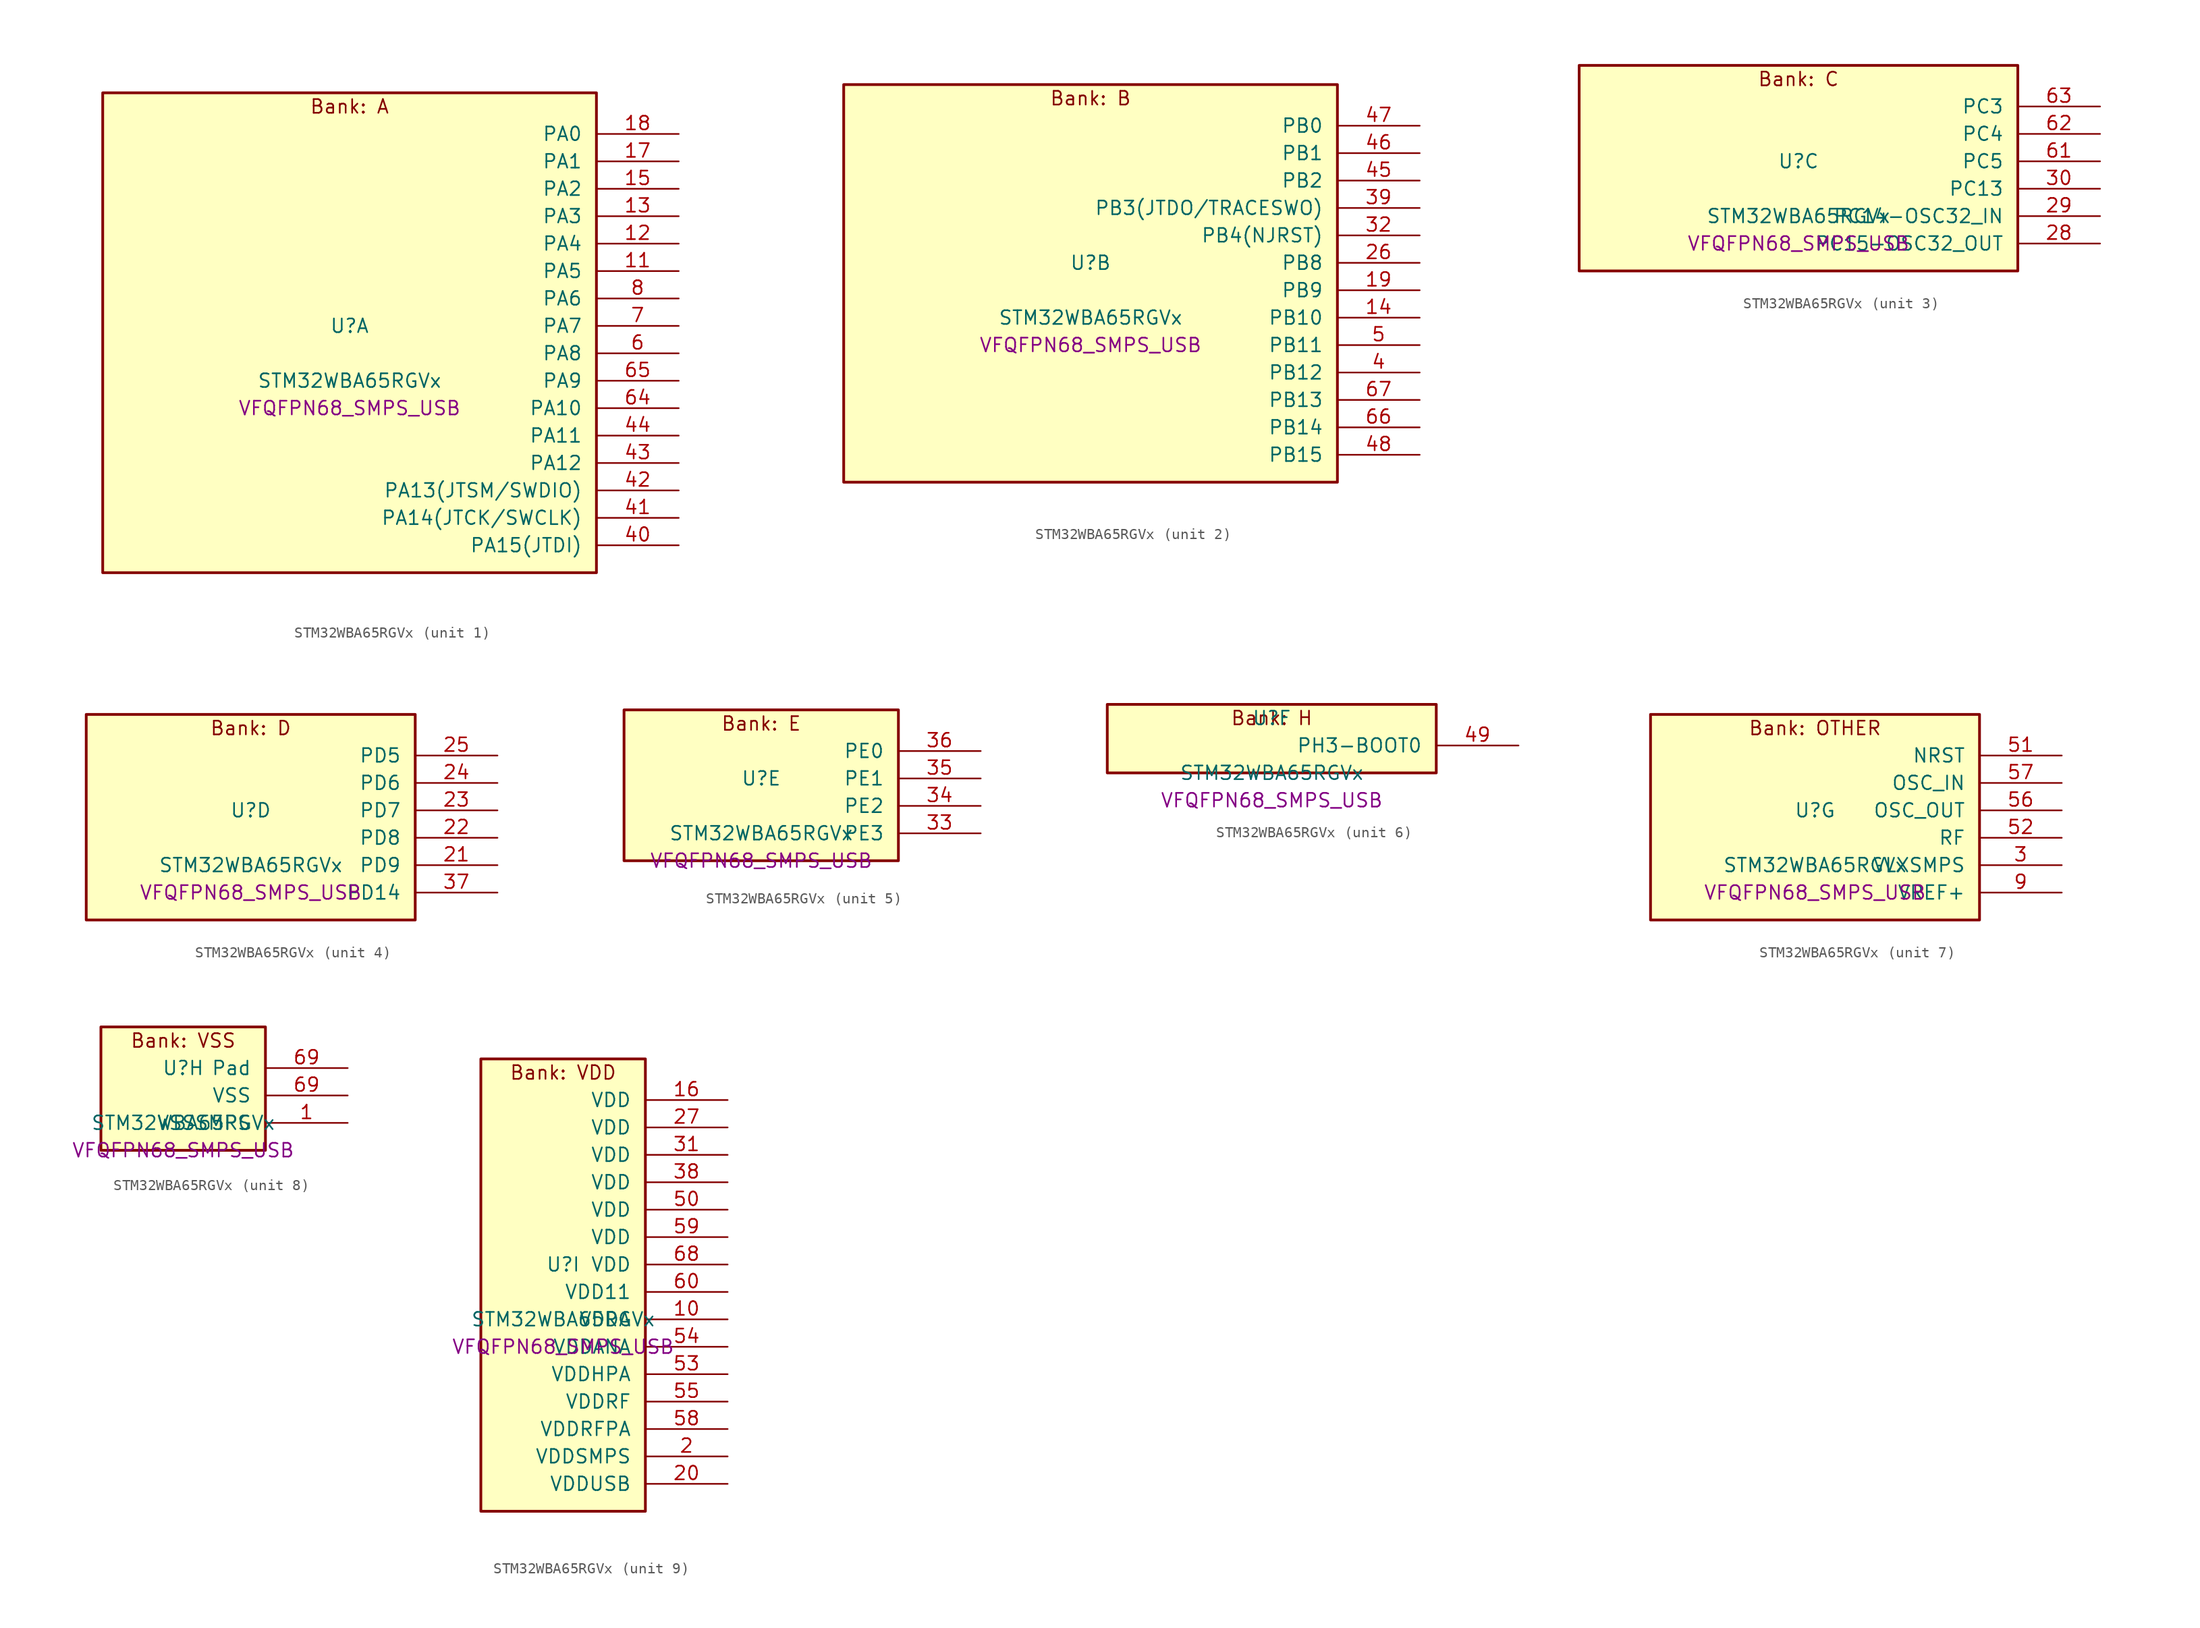
<source format=kicad_sym>
(kicad_symbol_lib
  (version 20241209)
  (generator "stm32_pkl_generator")
  (generator_version "1.0")
  (symbol "STM32WBA65RGVx"
    (pin_names
      (offset 1.27))
    (property "Reference" "U"
      (at 0 2.54 0))
    (property "Value" "STM32WBA65RGVx"
      (at 0 -2.54 0))
    (property "Footprint" "VFQFPN68_SMPS_USB"
      (at 0 -5.08 0))
    (symbol "STM32WBA65RGVx_1_1"
      (rectangle (start -22.86 24.13) (end 22.86 -20.32) (stroke (width 0.254) (type solid)) (fill (type background)))
      (text "Bank: A" (at 0 22.86 0))
      (pin bidirectional line (at 30.48 20.32 180) (length 7.62) (name "PA0") (number "18") (alternate "PA0/ADC4_IN9" bidirectional line) (alternate "PA0/COMP2_INP" bidirectional line) (alternate "PA0/LPTIM1_IN1" bidirectional line) (alternate "PA0/LPUART1_CTS" bidirectional line) (alternate "PA0/PWR_WKUP1" bidirectional line) (alternate "PA0/SPI3_SCK" bidirectional line) (alternate "PA0/TIM1_CH2N" bidirectional line) (alternate "PA0/TIM3_CH3" bidirectional line) (alternate "PA0/TIM3_ETR" bidirectional line) (alternate "PA0/TSC_G2_IO2" bidirectional line))
      (pin bidirectional line (at 30.48 17.78 180) (length 7.62) (name "PA1") (number "17") (alternate "PA1/ADC4_IN8" bidirectional line) (alternate "PA1/COMP1_INM" bidirectional line) (alternate "PA1/LPTIM2_CH2" bidirectional line) (alternate "PA1/LPUART1_RX" bidirectional line) (alternate "PA1/PWR_WKUP3" bidirectional line) (alternate "PA1/SAI1_CK1" bidirectional line) (alternate "PA1/SPI1_RDY" bidirectional line) (alternate "PA1/SPI3_MISO" bidirectional line) (alternate "PA1/TIM17_CH1" bidirectional line) (alternate "PA1/TIM1_CH1N" bidirectional line) (alternate "PA1/TIM3_CH2" bidirectional line) (alternate "PA1/TSC_G2_IO1" bidirectional line) (alternate "PA1/USART1_CK" bidirectional line))
      (pin bidirectional line (at 30.48 15.24 180) (length 7.62) (name "PA2") (number "15") (alternate "PA2/ADC4_IN7" bidirectional line) (alternate "PA2/COMP1_INP" bidirectional line) (alternate "PA2/LPUART1_TX" bidirectional line) (alternate "PA2/PWR_WKUP4" bidirectional line) (alternate "PA2/RCC_LSCO" bidirectional line) (alternate "PA2/SAI1_D1" bidirectional line) (alternate "PA2/TIM16_CH1" bidirectional line) (alternate "PA2/TIM1_BKIN" bidirectional line) (alternate "PA2/TIM3_CH1" bidirectional line) (alternate "PA2/TSC_G4_IO4" bidirectional line) (alternate "PA2/USART1_DE" bidirectional line) (alternate "PA2/USART1_RTS" bidirectional line))
      (pin bidirectional line (at 30.48 12.7 180) (length 7.62) (name "PA3") (number "13") (alternate "PA3/ADC4_IN6" bidirectional line) (alternate "PA3/PWR_WKUP5" bidirectional line) (alternate "PA3/TIM16_CH1N" bidirectional line) (alternate "PA3/TSC_G4_IO2" bidirectional line) (alternate "PA3/USART1_DE" bidirectional line) (alternate "PA3/USART1_RTS" bidirectional line))
      (pin bidirectional line (at 30.48 10.16 180) (length 7.62) (name "PA4") (number "12") (alternate "PA4/ADC4_IN5" bidirectional line) (alternate "PA4/AUDIOCLK" bidirectional line) (alternate "PA4/PWR_WKUP2" bidirectional line) (alternate "PA4/TAMP_IN6" bidirectional line) (alternate "PA4/TAMP_OUT3" bidirectional line) (alternate "PA4/TIM16_CH1" bidirectional line) (alternate "PA4/TSC_G4_IO1" bidirectional line) (alternate "PA4/USART1_CTS" bidirectional line))
      (pin bidirectional line (at 30.48 7.62 180) (length 7.62) (name "PA5") (number "11") (alternate "PA5/ADC4_IN4" bidirectional line) (alternate "PA5/AUDIOCLK" bidirectional line) (alternate "PA5/LPTIM2_ETR" bidirectional line) (alternate "PA5/PWR_CSLEEP" bidirectional line) (alternate "PA5/PWR_WKUP6" bidirectional line) (alternate "PA5/SAI1_D2" bidirectional line) (alternate "PA5/SPI3_NSS" bidirectional line) (alternate "PA5/TIM2_CH1" bidirectional line) (alternate "PA5/TIM2_ETR" bidirectional line) (alternate "PA5/TSC_G1_IO4" bidirectional line) (alternate "PA5/USART1_CK" bidirectional line) (alternate "PA5/USART3_RX" bidirectional line))
      (pin bidirectional line (at 30.48 5.08 180) (length 7.62) (name "PA6") (number "8") (alternate "PA6/ADC4_IN3" bidirectional line) (alternate "PA6/I2C3_SCL" bidirectional line) (alternate "PA6/PWR_CSTOP" bidirectional line) (alternate "PA6/PWR_WKUP7" bidirectional line) (alternate "PA6/SAI1_CK2" bidirectional line) (alternate "PA6/SAI1_MCLK_A" bidirectional line) (alternate "PA6/SPI3_RDY" bidirectional line) (alternate "PA6/TIM2_CH4" bidirectional line) (alternate "PA6/TSC_G1_IO3" bidirectional line) (alternate "PA6/USART1_DE" bidirectional line) (alternate "PA6/USART1_RTS" bidirectional line) (alternate "PA6/USART3_CTS" bidirectional line))
      (pin bidirectional line (at 30.48 2.54 180) (length 7.62) (name "PA7") (number "7") (alternate "PA7/ADC4_IN2" bidirectional line) (alternate "PA7/COMP1_OUT" bidirectional line) (alternate "PA7/I2C3_SDA" bidirectional line) (alternate "PA7/PWR_WKUP8" bidirectional line) (alternate "PA7/SAI1_SCK_A" bidirectional line) (alternate "PA7/SPI3_SCK" bidirectional line) (alternate "PA7/TAMP_IN1" bidirectional line) (alternate "PA7/TAMP_OUT2" bidirectional line) (alternate "PA7/TIM2_CH3" bidirectional line) (alternate "PA7/TSC_G1_IO2" bidirectional line) (alternate "PA7/USART1_CTS" bidirectional line) (alternate "PA7/USART3_TX" bidirectional line))
      (pin bidirectional line (at 30.48 0 180) (length 7.62) (name "PA8") (number "6") (alternate "PA8/ADC4_IN1" bidirectional line) (alternate "PA8/LPTIM1_CH2" bidirectional line) (alternate "PA8/RCC_MCO" bidirectional line) (alternate "PA8/SAI1_FS_A" bidirectional line) (alternate "PA8/SPI3_RDY" bidirectional line) (alternate "PA8/TIM2_CH2" bidirectional line) (alternate "PA8/TSC_G1_IO1" bidirectional line) (alternate "PA8/USART1_RX" bidirectional line) (alternate "PA8/USB_OTG_HS_SOF" bidirectional line))
      (pin bidirectional line (at 30.48 -2.54 180) (length 7.62) (name "PA9") (number "65") (alternate "PA9/LPUART1_DE" bidirectional line) (alternate "PA9/LPUART1_RTS" bidirectional line) (alternate "PA9/SAI1_CK1" bidirectional line) (alternate "PA9/SPI2_MISO" bidirectional line) (alternate "PA9/SPI2_SCK" bidirectional line) (alternate "PA9/TIM3_CH2" bidirectional line))
      (pin bidirectional line (at 30.48 -5.08 180) (length 7.62) (name "PA10") (number "64") (alternate "PA10/LPUART1_RX" bidirectional line) (alternate "PA10/SAI1_D1" bidirectional line) (alternate "PA10/SPI2_NSS" bidirectional line) (alternate "PA10/TIM3_CH1" bidirectional line))
      (pin bidirectional line (at 30.48 -7.62 180) (length 7.62) (name "PA11") (number "44") (alternate "PA11/LPTIM2_CH1" bidirectional line) (alternate "PA11/RF_ANTSW1" bidirectional line) (alternate "PA11/TIM1_CH1" bidirectional line) (alternate "PA11/USART2_RX" bidirectional line))
      (pin bidirectional line (at 30.48 -10.16 180) (length 7.62) (name "PA12") (number "43") (alternate "PA12/COMP2_OUT" bidirectional line) (alternate "PA12/PTA_STATUS" bidirectional line) (alternate "PA12/PWR_WKUP6" bidirectional line) (alternate "PA12/RF_ANTSW0" bidirectional line) (alternate "PA12/SPI1_NSS" bidirectional line) (alternate "PA12/TIM1_CH2" bidirectional line) (alternate "PA12/TSC_G3_IO4" bidirectional line) (alternate "PA12/USART2_TX" bidirectional line))
      (pin bidirectional line (at 30.48 -12.7 180) (length 7.62) (name "PA13(JTSM/SWDIO)") (number "42") (alternate "PA13(JTSM/SWDIO)/DEBUG_JTMS-SWDIO" bidirectional line) (alternate "PA13(JTSM/SWDIO)/IR_OUT" bidirectional line) (alternate "PA13(JTSM/SWDIO)/PTA_PRIORITY" bidirectional line))
      (pin bidirectional line (at 30.48 -15.24 180) (length 7.62) (name "PA14(JTCK/SWCLK)") (number "41") (alternate "PA14(JTCK/SWCLK)/COMP2_OUT" bidirectional line) (alternate "PA14(JTCK/SWCLK)/DEBUG_JTCK-SWCLK" bidirectional line) (alternate "PA14(JTCK/SWCLK)/I2C4_SMBA" bidirectional line) (alternate "PA14(JTCK/SWCLK)/PTA_STATUS" bidirectional line) (alternate "PA14(JTCK/SWCLK)/TAMP_IN3" bidirectional line) (alternate "PA14(JTCK/SWCLK)/TAMP_OUT6" bidirectional line) (alternate "PA14(JTCK/SWCLK)/USART2_TX" bidirectional line) (alternate "PA14(JTCK/SWCLK)/USB_OTG_HS_SOF" bidirectional line))
      (pin bidirectional line (at 30.48 -17.78 180) (length 7.62) (name "PA15(JTDI)") (number "40") (alternate "PA15(JTDI)/ADC4_EXTI15" bidirectional line) (alternate "PA15(JTDI)/DEBUG_JTDI" bidirectional line) (alternate "PA15(JTDI)/I2C1_SCL" bidirectional line) (alternate "PA15(JTDI)/LPTIM1_CH2" bidirectional line) (alternate "PA15(JTDI)/PTA_STATUS" bidirectional line) (alternate "PA15(JTDI)/SPI1_MOSI" bidirectional line) (alternate "PA15(JTDI)/TIM17_BKIN" bidirectional line) (alternate "PA15(JTDI)/TIM1_ETR" bidirectional line) (alternate "PA15(JTDI)/TSC_G3_IO3" bidirectional line) (alternate "PA15(JTDI)/USART2_DE" bidirectional line) (alternate "PA15(JTDI)/USART2_RTS" bidirectional line) (alternate "PA15(JTDI)/USART3_DE" bidirectional line) (alternate "PA15(JTDI)/USART3_RTS" bidirectional line)))
    (symbol "STM32WBA65RGVx_2_1"
      (rectangle (start -22.86 19.05) (end 22.86 -17.78) (stroke (width 0.254) (type solid)) (fill (type background)))
      (text "Bank: B" (at 0 17.78 0))
      (pin bidirectional line (at 30.48 15.24 180) (length 7.62) (name "PB0") (number "47") (alternate "PB0/LPTIM2_IN2" bidirectional line) (alternate "PB0/SPI2_MOSI" bidirectional line) (alternate "PB0/TIM1_CH3N" bidirectional line) (alternate "PB0/USART2_TX" bidirectional line) (alternate "PB0/USART3_CK" bidirectional line))
      (pin bidirectional line (at 30.48 12.7 180) (length 7.62) (name "PB1") (number "46") (alternate "PB1/I2C1_SDA" bidirectional line) (alternate "PB1/I2C3_SDA" bidirectional line) (alternate "PB1/PWR_WKUP4" bidirectional line) (alternate "PB1/TIM1_CH2N" bidirectional line) (alternate "PB1/USART2_DE" bidirectional line) (alternate "PB1/USART2_RTS" bidirectional line) (alternate "PB1/USART3_DE" bidirectional line) (alternate "PB1/USART3_RTS" bidirectional line))
      (pin bidirectional line (at 30.48 10.16 180) (length 7.62) (name "PB2") (number "45") (alternate "PB2/I2C1_SCL" bidirectional line) (alternate "PB2/I2C3_SCL" bidirectional line) (alternate "PB2/PWR_WKUP1" bidirectional line) (alternate "PB2/RF_ANTSW2" bidirectional line) (alternate "PB2/RTC_OUT2" bidirectional line) (alternate "PB2/TIM1_CH1N" bidirectional line) (alternate "PB2/USART2_CTS" bidirectional line))
      (pin bidirectional line (at 30.48 7.62 180) (length 7.62) (name "PB3(JTDO/TRACESWO)") (number "39") (alternate "PB3(JTDO/TRACESWO)/DEBUG_JTDO-SWO" bidirectional line) (alternate "PB3(JTDO/TRACESWO)/I2C1_SDA" bidirectional line) (alternate "PB3(JTDO/TRACESWO)/LPTIM1_IN2" bidirectional line) (alternate "PB3(JTDO/TRACESWO)/PTA_ACTIVE" bidirectional line) (alternate "PB3(JTDO/TRACESWO)/SPI1_MISO" bidirectional line) (alternate "PB3(JTDO/TRACESWO)/TIM17_CH1N" bidirectional line) (alternate "PB3(JTDO/TRACESWO)/TIM1_CH4" bidirectional line) (alternate "PB3(JTDO/TRACESWO)/TSC_G3_IO2" bidirectional line) (alternate "PB3(JTDO/TRACESWO)/USART2_CK" bidirectional line))
      (pin bidirectional line (at 30.48 5.08 180) (length 7.62) (name "PB4(NJRST)") (number "32") (alternate "PB4(NJRST)/DEBUG_NJTRST" bidirectional line) (alternate "PB4(NJRST)/LPTIM2_IN2" bidirectional line) (alternate "PB4(NJRST)/PTA_ACTIVE" bidirectional line) (alternate "PB4(NJRST)/PTA_PRIORITY" bidirectional line) (alternate "PB4(NJRST)/SAI1_MCLK_B" bidirectional line) (alternate "PB4(NJRST)/SPI1_SCK" bidirectional line) (alternate "PB4(NJRST)/TIM17_CH1" bidirectional line) (alternate "PB4(NJRST)/TIM1_CH3" bidirectional line) (alternate "PB4(NJRST)/TSC_G3_IO1" bidirectional line) (alternate "PB4(NJRST)/USART2_RX" bidirectional line))
      (pin bidirectional line (at 30.48 2.54 180) (length 7.62) (name "PB8") (number "26") (alternate "PB8/COMP1_OUT" bidirectional line) (alternate "PB8/LPTIM1_ETR" bidirectional line) (alternate "PB8/PWR_PVD_IN" bidirectional line) (alternate "PB8/SPI3_MOSI" bidirectional line) (alternate "PB8/TIM16_CH1N" bidirectional line) (alternate "PB8/TIM1_CH1" bidirectional line) (alternate "PB8/TIM3_ETR" bidirectional line) (alternate "PB8/TIM4_CH3" bidirectional line) (alternate "PB8/TSC_G2_IO4" bidirectional line) (alternate "PB8/USART2_RX" bidirectional line))
      (pin bidirectional line (at 30.48 0 180) (length 7.62) (name "PB9") (number "19") (alternate "PB9/ADC4_IN10" bidirectional line) (alternate "PB9/COMP2_INM" bidirectional line) (alternate "PB9/IR_OUT" bidirectional line) (alternate "PB9/LPTIM2_IN1" bidirectional line) (alternate "PB9/LPUART1_DE" bidirectional line) (alternate "PB9/LPUART1_RTS" bidirectional line) (alternate "PB9/PWR_WKUP8" bidirectional line) (alternate "PB9/SPI2_NSS" bidirectional line) (alternate "PB9/SPI3_MISO" bidirectional line) (alternate "PB9/TIM16_CH1" bidirectional line) (alternate "PB9/TIM1_CH3N" bidirectional line) (alternate "PB9/TIM3_CH4" bidirectional line) (alternate "PB9/TIM4_CH4" bidirectional line) (alternate "PB9/TSC_G2_IO3" bidirectional line))
      (pin bidirectional line (at 30.48 -2.54 180) (length 7.62) (name "PB10") (number "14") (alternate "PB10/I2C2_SCL" bidirectional line) (alternate "PB10/I2C4_SCL" bidirectional line) (alternate "PB10/SPI2_SCK" bidirectional line) (alternate "PB10/TIM16_BKIN" bidirectional line) (alternate "PB10/TSC_G4_IO3" bidirectional line) (alternate "PB10/USART1_CK" bidirectional line) (alternate "PB10/USART3_TX" bidirectional line))
      (pin bidirectional line (at 30.48 -5.08 180) (length 7.62) (name "PB11") (number "5") (alternate "PB11/I2C2_SDA" bidirectional line) (alternate "PB11/I2C4_SDA" bidirectional line) (alternate "PB11/LPTIM1_CH1" bidirectional line) (alternate "PB11/LPTIM1_ETR" bidirectional line) (alternate "PB11/LPUART1_TX" bidirectional line) (alternate "PB11/SPI2_RDY" bidirectional line) (alternate "PB11/USART3_RX" bidirectional line))
      (pin bidirectional line (at 30.48 -7.62 180) (length 7.62) (name "PB12") (number "4") (alternate "PB12/I2C2_SMBA" bidirectional line) (alternate "PB12/SAI1_SD_A" bidirectional line) (alternate "PB12/SPI1_RDY" bidirectional line) (alternate "PB12/SPI2_NSS" bidirectional line) (alternate "PB12/TIM2_CH1" bidirectional line) (alternate "PB12/TIM2_ETR" bidirectional line) (alternate "PB12/TIM3_ETR" bidirectional line) (alternate "PB12/TSC_SYNC" bidirectional line) (alternate "PB12/USART1_TX" bidirectional line) (alternate "PB12/USART3_CK" bidirectional line))
      (pin bidirectional line (at 30.48 -10.16 180) (length 7.62) (name "PB13") (number "67") (alternate "PB13/I2C2_SCL" bidirectional line) (alternate "PB13/SPI2_SCK" bidirectional line) (alternate "PB13/TIM3_CH4" bidirectional line) (alternate "PB13/TSC_G6_IO2" bidirectional line) (alternate "PB13/USART3_CTS" bidirectional line))
      (pin bidirectional line (at 30.48 -12.7 180) (length 7.62) (name "PB14") (number "66") (alternate "PB14/I2C2_SDA" bidirectional line) (alternate "PB14/PWR_WKUP7" bidirectional line) (alternate "PB14/RTC_REFIN" bidirectional line) (alternate "PB14/SAI1_SD_A" bidirectional line) (alternate "PB14/SPI2_MISO" bidirectional line) (alternate "PB14/TIM3_CH3" bidirectional line) (alternate "PB14/TSC_G6_IO1" bidirectional line) (alternate "PB14/USART1_TX" bidirectional line) (alternate "PB14/USART3_DE" bidirectional line) (alternate "PB14/USART3_RTS" bidirectional line))
      (pin bidirectional line (at 30.48 -15.24 180) (length 7.62) (name "PB15") (number "48") (alternate "PB15/ADC4_EXTI15" bidirectional line) (alternate "PB15/I2C1_SMBA" bidirectional line) (alternate "PB15/I2C3_SMBA" bidirectional line) (alternate "PB15/LPUART1_CTS" bidirectional line) (alternate "PB15/PTA_GRANT" bidirectional line) (alternate "PB15/RF_EXTPABYP" bidirectional line) (alternate "PB15/TIM16_BKIN" bidirectional line) (alternate "PB15/TIM1_BKIN2" bidirectional line) (alternate "PB15/USART2_CTS" bidirectional line)))
    (symbol "STM32WBA65RGVx_3_1"
      (rectangle (start -20.32 11.43) (end 20.32 -7.62) (stroke (width 0.254) (type solid)) (fill (type background)))
      (text "Bank: C" (at 0 10.16 0))
      (pin bidirectional line (at 27.94 7.62 180) (length 7.62) (name "PC3") (number "63") (alternate "PC3/LPTIM1_ETR" bidirectional line) (alternate "PC3/LPTIM2_ETR" bidirectional line) (alternate "PC3/SAI1_D1" bidirectional line) (alternate "PC3/SAI1_SD_A" bidirectional line) (alternate "PC3/SPI2_MOSI" bidirectional line) (alternate "PC3/SPI3_MOSI" bidirectional line) (alternate "PC3/TIM3_CH1" bidirectional line))
      (pin bidirectional line (at 27.94 5.08 180) (length 7.62) (name "PC4") (number "62") (alternate "PC4/LPTIM2_CH2" bidirectional line) (alternate "PC4/SAI1_D2" bidirectional line) (alternate "PC4/SAI1_FS_A" bidirectional line) (alternate "PC4/SPI3_MISO" bidirectional line) (alternate "PC4/TIM3_CH2" bidirectional line) (alternate "PC4/USART3_TX" bidirectional line))
      (pin bidirectional line (at 27.94 2.54 180) (length 7.62) (name "PC5") (number "61") (alternate "PC5/SAI1_D3" bidirectional line) (alternate "PC5/SAI1_SD_B" bidirectional line) (alternate "PC5/TIM1_CH4N" bidirectional line) (alternate "PC5/USART3_RX" bidirectional line))
      (pin bidirectional line (at 27.94 0 180) (length 7.62) (name "PC13") (number "30") (alternate "PC13/PWR_WKUP2" bidirectional line) (alternate "PC13/RTC_OUT1" bidirectional line) (alternate "PC13/RTC_TS" bidirectional line) (alternate "PC13/TAMP_IN4" bidirectional line) (alternate "PC13/TAMP_OUT5" bidirectional line) (alternate "PC13/TIM1_BKIN2" bidirectional line) (alternate "PC13/TSC_G5_IO1" bidirectional line))
      (pin bidirectional line (at 27.94 -2.54 180) (length 7.62) (name "PC14-OSC32_IN") (number "29") (alternate "PC14-OSC32_IN/RCC_OSC32_IN" bidirectional line))
      (pin bidirectional line (at 27.94 -5.08 180) (length 7.62) (name "PC15-OSC32_OUT") (number "28") (alternate "PC15-OSC32_OUT/ADC4_EXTI15" bidirectional line) (alternate "PC15-OSC32_OUT/RCC_OSC32_OUT" bidirectional line)))
    (symbol "STM32WBA65RGVx_4_1"
      (rectangle (start -15.24 11.43) (end 15.24 -7.62) (stroke (width 0.254) (type solid)) (fill (type background)))
      (text "Bank: D" (at 0 10.16 0))
      (pin bidirectional line (at 22.86 7.62 180) (length 7.62) (name "PD5") (number "25") (alternate "PD5/SAI1_D1" bidirectional line) (alternate "PD5/SAI1_SD_A" bidirectional line) (alternate "PD5/SPI3_MOSI" bidirectional line) (alternate "PD5/USART2_RX" bidirectional line))
      (pin bidirectional line (at 22.86 5.08 180) (length 7.62) (name "PD6") (number "24") (alternate "PD6/USB_OTG_HS_DP" bidirectional line))
      (pin bidirectional line (at 22.86 2.54 180) (length 7.62) (name "PD7") (number "23") (alternate "PD7/USB_OTG_HS_DM" bidirectional line))
      (pin bidirectional line (at 22.86 0 180) (length 7.62) (name "PD8") (number "22") (alternate "PD8/USART2_CK" bidirectional line) (alternate "PD8/USB_OTG_HS_ID" bidirectional line))
      (pin bidirectional line (at 22.86 -2.54 180) (length 7.62) (name "PD9") (number "21") (alternate "PD9/USART2_TX" bidirectional line) (alternate "PD9/USART3_TX" bidirectional line) (alternate "PD9/USB_OTG_HS_VBUS" bidirectional line))
      (pin bidirectional line (at 22.86 -5.08 180) (length 7.62) (name "PD14") (number "37") (alternate "PD14/DEBUG_TRACED3" bidirectional line) (alternate "PD14/TIM4_CH3" bidirectional line)))
    (symbol "STM32WBA65RGVx_5_1"
      (rectangle (start -12.7 8.89) (end 12.7 -5.08) (stroke (width 0.254) (type solid)) (fill (type background)))
      (text "Bank: E" (at 0 7.62 0))
      (pin bidirectional line (at 20.32 5.08 180) (length 7.62) (name "PE0") (number "36") (alternate "PE0/DEBUG_TRACECLK" bidirectional line) (alternate "PE0/TIM16_CH1" bidirectional line) (alternate "PE0/TIM4_ETR" bidirectional line) (alternate "PE0/TSC_G7_IO4" bidirectional line))
      (pin bidirectional line (at 20.32 2.54 180) (length 7.62) (name "PE1") (number "35") (alternate "PE1/DEBUG_TRACED0" bidirectional line) (alternate "PE1/TIM17_CH1" bidirectional line) (alternate "PE1/TSC_G7_IO3" bidirectional line))
      (pin bidirectional line (at 20.32 0 180) (length 7.62) (name "PE2") (number "34") (alternate "PE2/DEBUG_TRACED1" bidirectional line) (alternate "PE2/SAI1_CK1" bidirectional line) (alternate "PE2/SAI1_MCLK_A" bidirectional line) (alternate "PE2/TIM3_ETR" bidirectional line) (alternate "PE2/TSC_G7_IO2" bidirectional line))
      (pin bidirectional line (at 20.32 -2.54 180) (length 7.62) (name "PE3") (number "33") (alternate "PE3/DEBUG_TRACED2" bidirectional line) (alternate "PE3/SAI1_SD_B" bidirectional line) (alternate "PE3/TIM3_CH1" bidirectional line) (alternate "PE3/TSC_G7_IO1" bidirectional line)))
    (symbol "STM32WBA65RGVx_6_1"
      (rectangle (start -15.24 3.81) (end 15.24 -2.54) (stroke (width 0.254) (type solid)) (fill (type background)))
      (text "Bank: H" (at 0 2.54 0))
      (pin bidirectional line (at 22.86 0 180) (length 7.62) (name "PH3-BOOT0") (number "49") (alternate "PH3-BOOT0/PTA_GRANT" bidirectional line) (alternate "PH3-BOOT0/RF_EXTPABYP" bidirectional line) (alternate "PH3-BOOT0/TAMP_IN2" bidirectional line) (alternate "PH3-BOOT0/TAMP_OUT1" bidirectional line)))
    (symbol "STM32WBA65RGVx_7_1"
      (rectangle (start -15.24 11.43) (end 15.24 -7.62) (stroke (width 0.254) (type solid)) (fill (type background)))
      (text "Bank: OTHER" (at 0 10.16 0))
      (pin input line (at 22.86 7.62 180) (length 7.62) (name "NRST") (number "51"))
      (pin bidirectional line (at 22.86 5.08 180) (length 7.62) (name "OSC_IN") (number "57") (alternate "OSC_IN/RCC_OSC_IN" bidirectional line))
      (pin bidirectional line (at 22.86 2.54 180) (length 7.62) (name "OSC_OUT") (number "56") (alternate "OSC_OUT/RCC_OSC_OUT" bidirectional line))
      (pin bidirectional line (at 22.86 0 180) (length 7.62) (name "RF") (number "52"))
      (pin power_in line (at 22.86 -2.54 180) (length 7.62) (name "VLXSMPS") (number "3"))
      (pin bidirectional line (at 22.86 -5.08 180) (length 7.62) (name "VREF+") (number "9")))
    (symbol "STM32WBA65RGVx_8_1"
      (rectangle (start -7.62 6.35) (end 7.62 -5.08) (stroke (width 0.254) (type solid)) (fill (type background)))
      (text "Bank: VSS" (at 0 5.08 0))
      (pin passive line (at 15.24 2.54 180) (length 7.62) (name "Pad") (number "69"))
      (pin power_in line (at 15.24 0 180) (length 7.62) (name "VSS") (number "69"))
      (pin power_in line (at 15.24 -2.54 180) (length 7.62) (name "VSSSMPS") (number "1")))
    (symbol "STM32WBA65RGVx_9_1"
      (rectangle (start -7.62 21.59) (end 7.62 -20.32) (stroke (width 0.254) (type solid)) (fill (type background)))
      (text "Bank: VDD" (at 0 20.32 0))
      (pin power_in line (at 15.24 17.78 180) (length 7.62) (name "VDD") (number "16"))
      (pin power_in line (at 15.24 15.24 180) (length 7.62) (name "VDD") (number "27"))
      (pin power_in line (at 15.24 12.7 180) (length 7.62) (name "VDD") (number "31"))
      (pin power_in line (at 15.24 10.16 180) (length 7.62) (name "VDD") (number "38"))
      (pin power_in line (at 15.24 7.62 180) (length 7.62) (name "VDD") (number "50"))
      (pin power_in line (at 15.24 5.08 180) (length 7.62) (name "VDD") (number "59"))
      (pin power_in line (at 15.24 2.54 180) (length 7.62) (name "VDD") (number "68"))
      (pin power_in line (at 15.24 0 180) (length 7.62) (name "VDD11") (number "60"))
      (pin power_in line (at 15.24 -2.54 180) (length 7.62) (name "VDDA") (number "10"))
      (pin power_in line (at 15.24 -5.08 180) (length 7.62) (name "VDDANA") (number "54"))
      (pin power_in line (at 15.24 -7.62 180) (length 7.62) (name "VDDHPA") (number "53"))
      (pin power_in line (at 15.24 -10.16 180) (length 7.62) (name "VDDRF") (number "55"))
      (pin power_in line (at 15.24 -12.7 180) (length 7.62) (name "VDDRFPA") (number "58"))
      (pin power_in line (at 15.24 -15.24 180) (length 7.62) (name "VDDSMPS") (number "2"))
      (pin power_in line (at 15.24 -17.78 180) (length 7.62) (name "VDDUSB") (number "20")))))
</source>
